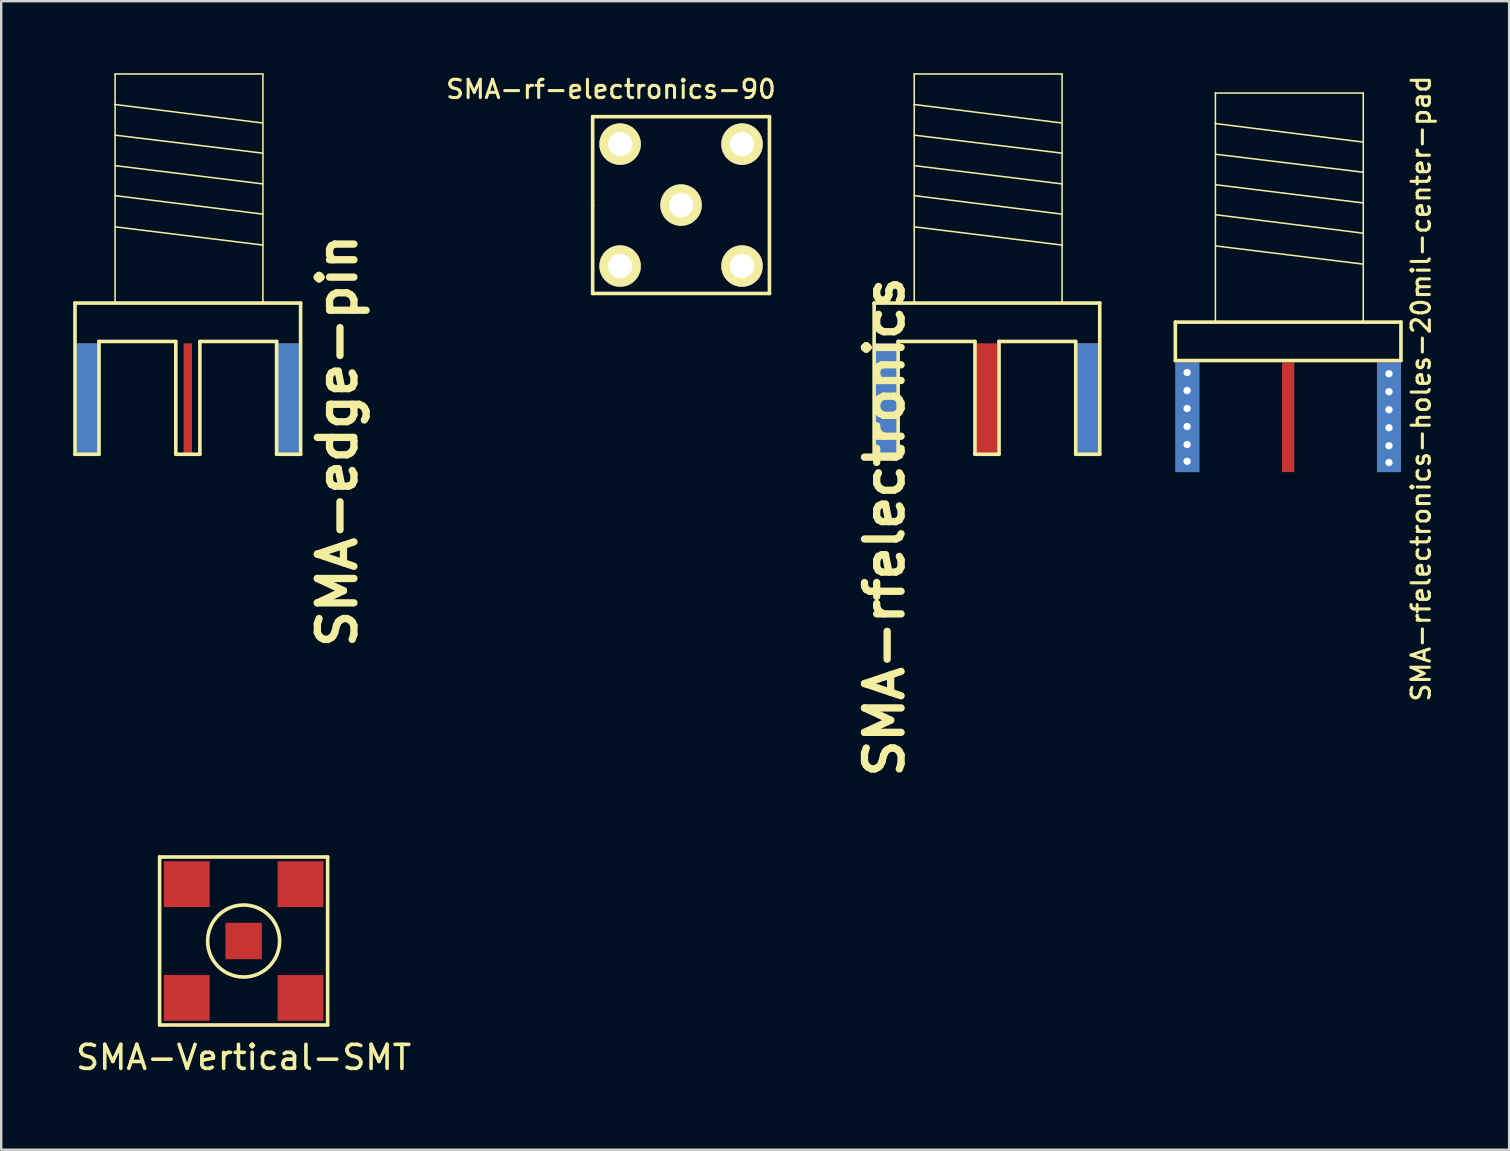
<source format=kicad_pcb>
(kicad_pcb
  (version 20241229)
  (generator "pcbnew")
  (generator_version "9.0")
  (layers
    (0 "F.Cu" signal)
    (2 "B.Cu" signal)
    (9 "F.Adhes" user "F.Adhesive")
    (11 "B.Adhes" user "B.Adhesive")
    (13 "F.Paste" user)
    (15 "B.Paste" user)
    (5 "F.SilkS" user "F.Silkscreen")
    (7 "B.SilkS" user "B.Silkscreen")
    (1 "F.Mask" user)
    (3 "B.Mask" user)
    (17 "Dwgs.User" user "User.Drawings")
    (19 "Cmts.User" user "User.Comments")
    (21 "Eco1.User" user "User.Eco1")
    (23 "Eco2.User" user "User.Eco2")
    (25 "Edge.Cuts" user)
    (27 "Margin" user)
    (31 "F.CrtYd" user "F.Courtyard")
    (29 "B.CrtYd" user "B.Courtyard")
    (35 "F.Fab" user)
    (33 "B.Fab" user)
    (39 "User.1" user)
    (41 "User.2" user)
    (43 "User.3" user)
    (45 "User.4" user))
  (footprint "SMA-rfelectronics-holes-20mil-center-pad"
    (layer "F.Cu")
    (at 50.622 10.271)
    (property "Reference" "SMA-rfelectronics-holes-20mil-center-pad" (at 5.537 2.87 90) (layer "F.SilkS") (effects (font (size 0.762 0.762) (thickness 0.127))))
    (attr through_hole)
    (fp_line (start -4.7 0.1) (end -4.7 1.7) (stroke (width 0.15) (type solid)) (layer "F.SilkS"))
    (fp_line (start -4.7 1.7) (end 4.7 1.7) (stroke (width 0.15) (type solid)) (layer "F.SilkS"))
    (fp_line (start -3.045 -8.175) (end 3.09 -7.405) (stroke (width 0.064) (type solid)) (layer "F.SilkS"))
    (fp_line (start -3.03 -9.445) (end 3.125 -9.445) (stroke (width 0.064) (type solid)) (layer "F.SilkS"))
    (fp_line (start -3.03 0.055) (end -3.03 -9.445) (stroke (width 0.064) (type solid)) (layer "F.SilkS"))
    (fp_line (start -3.025 -6.895) (end 3.12 -6.145) (stroke (width 0.064) (type solid)) (layer "F.SilkS"))
    (fp_line (start -3.025 -5.625) (end 3.12 -4.865) (stroke (width 0.064) (type solid)) (layer "F.SilkS"))
    (fp_line (start -3.025 -4.375) (end 3.12 -3.605) (stroke (width 0.064) (type solid)) (layer "F.SilkS"))
    (fp_line (start -3.025 -3.075) (end 3.13 -2.315) (stroke (width 0.064) (type solid)) (layer "F.SilkS"))
    (fp_line (start 3.13 -9.445) (end 3.13 0.055) (stroke (width 0.064) (type solid)) (layer "F.SilkS"))
    (fp_line (start 4.7 0.1) (end -4.7 0.1) (stroke (width 0.15) (type solid)) (layer "F.SilkS"))
    (fp_line (start 4.7 1.7) (end 4.7 0.1) (stroke (width 0.15) (type solid)) (layer "F.SilkS"))
    (pad "1" connect rect (at 0 4.064) (size 0.508 4.572) (layers "F.Cu" "F.Mask"))
    (pad "2" thru_hole circle (at -4.21 2.2) (size 0.305 0.305) (drill 0.305) (layers "*.Cu" "*.Mask"))
    (pad "2" thru_hole circle (at -4.21 2.95) (size 0.305 0.305) (drill 0.305) (layers "*.Cu" "*.Mask"))
    (pad "2" thru_hole circle (at -4.21 3.7) (size 0.305 0.305) (drill 0.305) (layers "*.Cu" "*.Mask"))
    (pad "2" thru_hole circle (at -4.21 4.45) (size 0.305 0.305) (drill 0.305) (layers "*.Cu" "*.Mask"))
    (pad "2" thru_hole circle (at -4.21 5.2) (size 0.305 0.305) (drill 0.305) (layers "*.Cu" "*.Mask"))
    (pad "2" thru_hole circle (at -4.21 5.9) (size 0.305 0.305) (drill 0.305) (layers "*.Cu" "*.Mask"))
    (pad "2" connect rect (at -4.2 4.064) (size 1 4.572) (layers "*.Cu" "*.Mask"))
    (pad "3" thru_hole circle (at 4.2 2.25) (size 0.305 0.305) (drill 0.305) (layers "*.Cu" "*.Mask"))
    (pad "3" thru_hole circle (at 4.2 3) (size 0.305 0.305) (drill 0.305) (layers "*.Cu" "*.Mask"))
    (pad "3" thru_hole circle (at 4.2 3.75) (size 0.305 0.305) (drill 0.305) (layers "*.Cu" "*.Mask"))
    (pad "3" connect rect (at 4.2 4.064) (size 1 4.572) (layers "*.Cu" "*.Mask"))
    (pad "3" thru_hole circle (at 4.2 4.5) (size 0.305 0.305) (drill 0.305) (layers "*.Cu" "*.Mask"))
    (pad "3" thru_hole circle (at 4.2 5.25) (size 0.305 0.305) (drill 0.305) (layers "*.Cu" "*.Mask"))
    (pad "3" thru_hole circle (at 4.2 5.95) (size 0.305 0.305) (drill 0.305) (layers "*.Cu" "*.Mask")))
  (footprint "SMA-Vertical-SMT"
    (layer "F.Cu")
    (at 7.101 36.158)
    (property "Reference" "SMA-Vertical-SMT" (at 0 4.85 0) (layer "F.SilkS") (effects (font (size 1 1) (thickness 0.15))))
    (attr through_hole)
    (fp_line (start -3.5 -3.5) (end -3.5 -3.5) (stroke (width 0.15) (type solid)) (layer "F.SilkS"))
    (fp_line (start -3.5 -3.5) (end 3.5 -3.5) (stroke (width 0.15) (type solid)) (layer "F.SilkS"))
    (fp_line (start -3.5 3.5) (end -3.5 -3.5) (stroke (width 0.15) (type solid)) (layer "F.SilkS"))
    (fp_line (start 3.5 -3.5) (end 3.5 3.5) (stroke (width 0.15) (type solid)) (layer "F.SilkS"))
    (fp_line (start 3.5 3.5) (end -3.5 3.5) (stroke (width 0.15) (type solid)) (layer "F.SilkS"))
    (fp_circle (center 0 0) (end 0 1.5) (stroke (width 0.15) (type solid)) (fill no) (layer "F.SilkS"))
    (pad "1" smd rect (at 0 0) (size 1.52 1.52) (layers "F.Cu" "F.Mask" "F.Paste"))
    (pad "2" smd rect (at -2.37 -2.37) (size 1.91 1.91) (layers "F.Cu" "F.Mask" "F.Paste"))
    (pad "3" smd rect (at 2.37 -2.37) (size 1.91 1.91) (layers "F.Cu" "F.Mask" "F.Paste"))
    (pad "4" smd rect (at 2.37 2.37) (size 1.91 1.91) (layers "F.Cu" "F.Mask" "F.Paste"))
    (pad "5" smd rect (at -2.37 2.37) (size 1.91 1.91) (layers "F.Cu" "F.Mask" "F.Paste")))
  (footprint "SMA-rf-electronics-90"
    (layer "F.Cu")
    (at 25.327 5.495)
    (property "Reference" "SMA-rf-electronics-90" (at -2.921 -4.826 0) (layer "F.SilkS") (effects (font (size 0.762 0.762) (thickness 0.127))))
    (attr through_hole)
    (fp_line (start -3.683 -3.683) (end 3.683 -3.683) (stroke (width 0.15) (type solid)) (layer "F.SilkS"))
    (fp_line (start -3.683 0) (end -3.683 -3.683) (stroke (width 0.15) (type solid)) (layer "F.SilkS"))
    (fp_line (start -3.683 3.683) (end -3.683 0) (stroke (width 0.15) (type solid)) (layer "F.SilkS"))
    (fp_line (start 3.683 -3.683) (end 3.683 3.683) (stroke (width 0.15) (type solid)) (layer "F.SilkS"))
    (fp_line (start 3.683 3.683) (end -3.683 3.683) (stroke (width 0.15) (type solid)) (layer "F.SilkS"))
    (pad "1" thru_hole oval (at 0 0) (size 1.727 1.727) (drill 1.016) (layers "*.Cu" "*.Mask" "F.SilkS"))
    (pad "2" thru_hole oval (at -2.54 -2.54) (size 1.727 1.727) (drill 1.016) (layers "*.Cu" "*.Mask" "F.SilkS"))
    (pad "3" thru_hole oval (at -2.54 2.54) (size 1.727 1.727) (drill 1.016) (layers "*.Cu" "*.Mask" "F.SilkS"))
    (pad "4" thru_hole oval (at 2.54 -2.54) (size 1.727 1.727) (drill 1.016) (layers "*.Cu" "*.Mask" "F.SilkS"))
    (pad "5" thru_hole oval (at 2.54 2.54) (size 1.727 1.727) (drill 1.016) (layers "*.Cu" "*.Mask" "F.SilkS")))
  (footprint "SMA-edge-pin"
    (placed yes)
    (layer "F.Cu")
    (at 4.775 9.477)
    (property "Reference" "SMA-edge-pin" (at 6.232 5.842 90) (layer "F.SilkS") (effects (font (size 1.524 1.524) (thickness 0.305))))
    (attr through_hole)
    (fp_line (start -4.7 0.1) (end -4.7 6.4) (stroke (width 0.15) (type solid)) (layer "F.SilkS"))
    (fp_line (start -4.7 6.4) (end -3.7 6.4) (stroke (width 0.15) (type solid)) (layer "F.SilkS"))
    (fp_line (start -3.7 1.7) (end -0.5 1.7) (stroke (width 0.15) (type solid)) (layer "F.SilkS"))
    (fp_line (start -3.7 6.4) (end -3.7 1.7) (stroke (width 0.15) (type solid)) (layer "F.SilkS"))
    (fp_line (start -3.045 -8.175) (end 3.09 -7.405) (stroke (width 0.064) (type solid)) (layer "F.SilkS"))
    (fp_line (start -3.03 -9.445) (end 3.125 -9.445) (stroke (width 0.064) (type solid)) (layer "F.SilkS"))
    (fp_line (start -3.03 0.055) (end -3.03 -9.445) (stroke (width 0.064) (type solid)) (layer "F.SilkS"))
    (fp_line (start -3.025 -6.895) (end 3.12 -6.145) (stroke (width 0.064) (type solid)) (layer "F.SilkS"))
    (fp_line (start -3.025 -5.625) (end 3.12 -4.865) (stroke (width 0.064) (type solid)) (layer "F.SilkS"))
    (fp_line (start -3.025 -4.375) (end 3.12 -3.605) (stroke (width 0.064) (type solid)) (layer "F.SilkS"))
    (fp_line (start -3.025 -3.075) (end 3.13 -2.315) (stroke (width 0.064) (type solid)) (layer "F.SilkS"))
    (fp_line (start -0.5 6.4) (end 0.5 6.4) (stroke (width 0.15) (type solid)) (layer "F.SilkS"))
    (fp_line (start -0.5 6.4) (end -0.5 1.7) (stroke (width 0.15) (type solid)) (layer "F.SilkS"))
    (fp_line (start 0.5 1.7) (end 3.7 1.7) (stroke (width 0.15) (type solid)) (layer "F.SilkS"))
    (fp_line (start 0.504 6.4) (end 0.504 1.7) (stroke (width 0.15) (type solid)) (layer "F.SilkS"))
    (fp_line (start 3.13 -9.445) (end 3.13 0.055) (stroke (width 0.064) (type solid)) (layer "F.SilkS"))
    (fp_line (start 3.7 1.7) (end 3.7 6.4) (stroke (width 0.15) (type solid)) (layer "F.SilkS"))
    (fp_line (start 3.7 6.4) (end 4.7 6.4) (stroke (width 0.15) (type solid)) (layer "F.SilkS"))
    (fp_line (start 4.7 0.1) (end -4.7 0.1) (stroke (width 0.15) (type solid)) (layer "F.SilkS"))
    (fp_line (start 4.7 6.4) (end 4.7 0.1) (stroke (width 0.15) (type solid)) (layer "F.SilkS"))
    (pad "1" connect rect (at 0 4.064) (size 0.35 4.572) (layers "F.Cu" "F.Mask"))
    (pad "2" connect rect (at -4.2 4.064) (size 1 4.572) (layers "*.Cu" "*.Mask"))
    (pad "3" connect rect (at 4.2 4.064) (size 1 4.572) (layers "*.Cu" "*.Mask")))
  (footprint "SMA-rfelectronics"
    (layer "F.Cu")
    (at 38.072 9.477)
    (property "Reference" "SMA-rfelectronics" (at -4.267 9.423 90) (layer "F.SilkS") (effects (font (size 1.524 1.524) (thickness 0.305))))
    (attr through_hole)
    (fp_line (start -4.7 0.1) (end -4.7 6.4) (stroke (width 0.15) (type solid)) (layer "F.SilkS"))
    (fp_line (start -4.7 6.4) (end -3.7 6.4) (stroke (width 0.15) (type solid)) (layer "F.SilkS"))
    (fp_line (start -3.7 1.7) (end -0.5 1.7) (stroke (width 0.15) (type solid)) (layer "F.SilkS"))
    (fp_line (start -3.7 6.4) (end -3.7 1.7) (stroke (width 0.15) (type solid)) (layer "F.SilkS"))
    (fp_line (start -3.045 -8.175) (end 3.09 -7.405) (stroke (width 0.064) (type solid)) (layer "F.SilkS"))
    (fp_line (start -3.03 -9.445) (end 3.125 -9.445) (stroke (width 0.064) (type solid)) (layer "F.SilkS"))
    (fp_line (start -3.03 0.055) (end -3.03 -9.445) (stroke (width 0.064) (type solid)) (layer "F.SilkS"))
    (fp_line (start -3.025 -6.895) (end 3.12 -6.145) (stroke (width 0.064) (type solid)) (layer "F.SilkS"))
    (fp_line (start -3.025 -5.625) (end 3.12 -4.865) (stroke (width 0.064) (type solid)) (layer "F.SilkS"))
    (fp_line (start -3.025 -4.375) (end 3.12 -3.605) (stroke (width 0.064) (type solid)) (layer "F.SilkS"))
    (fp_line (start -3.025 -3.075) (end 3.13 -2.315) (stroke (width 0.064) (type solid)) (layer "F.SilkS"))
    (fp_line (start -0.5 6.4) (end 0.5 6.4) (stroke (width 0.15) (type solid)) (layer "F.SilkS"))
    (fp_line (start -0.5 6.4) (end -0.5 1.7) (stroke (width 0.15) (type solid)) (layer "F.SilkS"))
    (fp_line (start 0.5 1.7) (end 3.7 1.7) (stroke (width 0.15) (type solid)) (layer "F.SilkS"))
    (fp_line (start 0.504 6.4) (end 0.504 1.7) (stroke (width 0.15) (type solid)) (layer "F.SilkS"))
    (fp_line (start 3.13 -9.445) (end 3.13 0.055) (stroke (width 0.064) (type solid)) (layer "F.SilkS"))
    (fp_line (start 3.7 1.7) (end 3.7 6.4) (stroke (width 0.15) (type solid)) (layer "F.SilkS"))
    (fp_line (start 3.7 6.4) (end 4.7 6.4) (stroke (width 0.15) (type solid)) (layer "F.SilkS"))
    (fp_line (start 4.7 0.1) (end -4.7 0.1) (stroke (width 0.15) (type solid)) (layer "F.SilkS"))
    (fp_line (start 4.7 6.4) (end 4.7 0.1) (stroke (width 0.15) (type solid)) (layer "F.SilkS"))
    (pad "1" connect rect (at 0 4.064) (size 1 4.572) (layers "F.Cu" "F.Mask"))
    (pad "2" connect rect (at -4.2 4.064) (size 1 4.572) (layers "*.Cu" "*.Mask"))
    (pad "3" connect rect (at 4.2 4.064) (size 1 4.572) (layers "*.Cu" "*.Mask")))
  (gr_rect
    (start -3 -3)
    (end 59.828 44.856)
    (stroke (width 0.1) (type default))
    (fill no)
    (layer "Edge.Cuts")))
</source>
